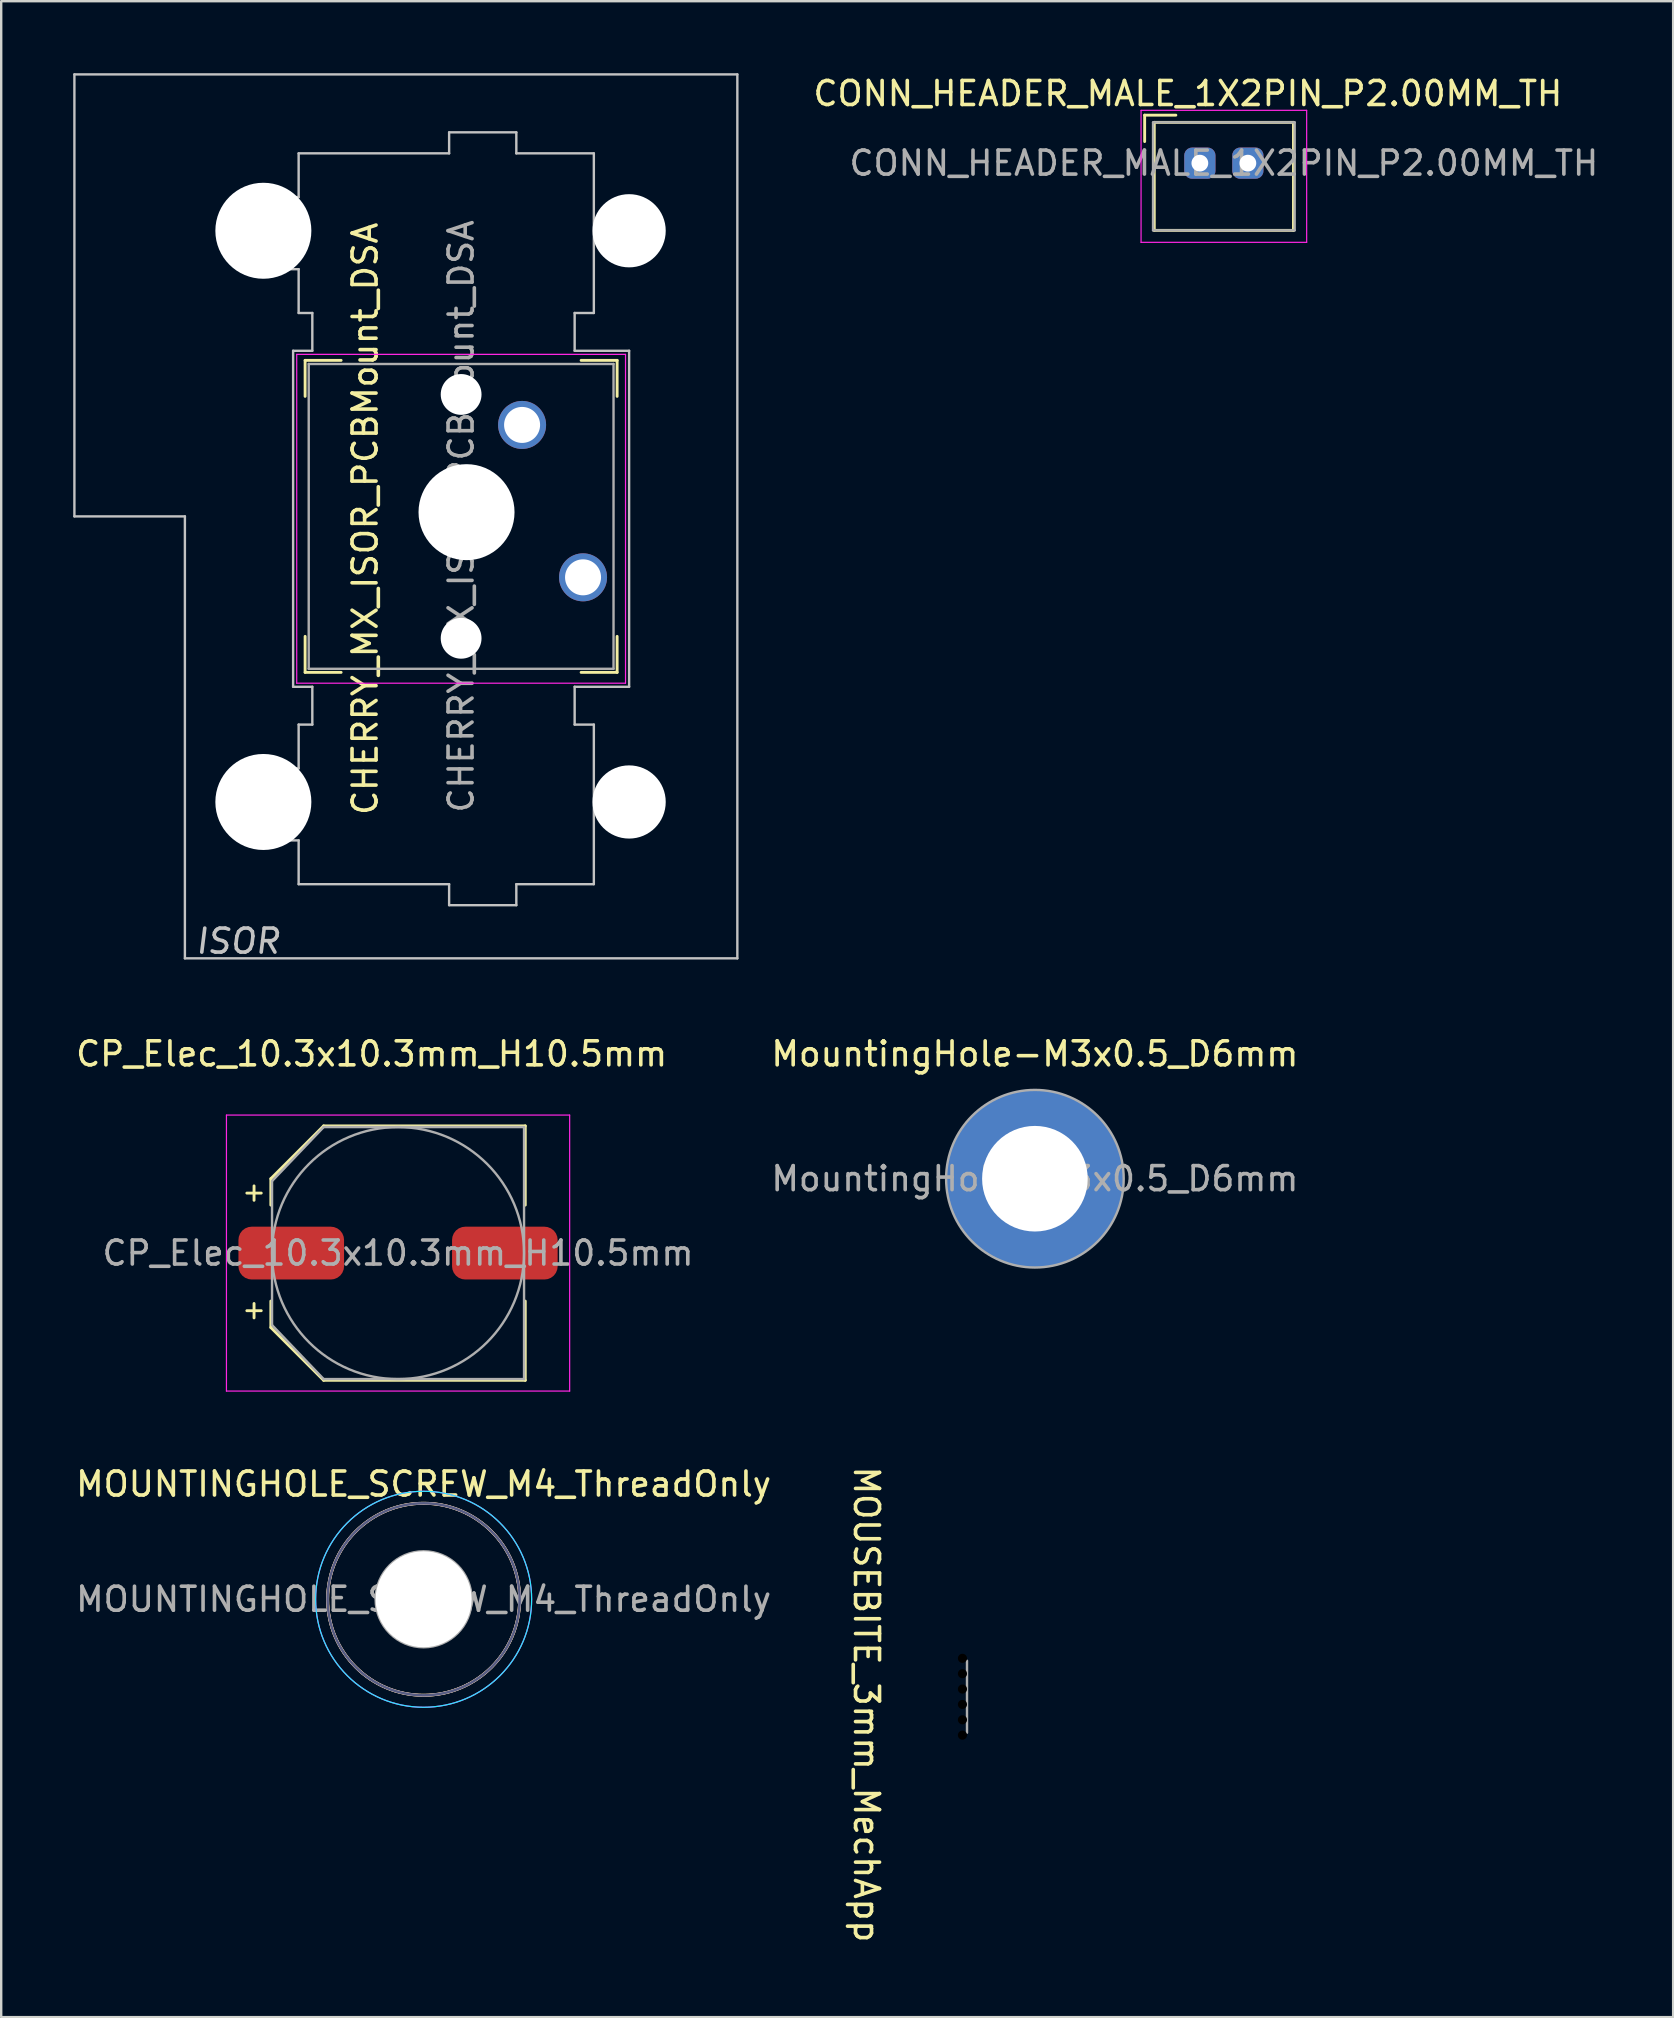
<source format=kicad_pcb>
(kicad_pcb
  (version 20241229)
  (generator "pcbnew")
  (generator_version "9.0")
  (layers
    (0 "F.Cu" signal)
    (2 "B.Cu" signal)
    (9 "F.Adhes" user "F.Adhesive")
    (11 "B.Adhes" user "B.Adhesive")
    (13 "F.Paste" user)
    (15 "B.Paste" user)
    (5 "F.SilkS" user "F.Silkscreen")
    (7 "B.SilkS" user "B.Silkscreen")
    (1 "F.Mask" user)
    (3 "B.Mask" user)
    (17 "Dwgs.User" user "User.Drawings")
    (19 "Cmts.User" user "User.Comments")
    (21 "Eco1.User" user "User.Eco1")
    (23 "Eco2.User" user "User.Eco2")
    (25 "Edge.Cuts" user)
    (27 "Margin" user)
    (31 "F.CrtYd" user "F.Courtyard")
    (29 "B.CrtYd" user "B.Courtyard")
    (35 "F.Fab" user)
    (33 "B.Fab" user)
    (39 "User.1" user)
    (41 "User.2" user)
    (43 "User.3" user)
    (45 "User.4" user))
  (footprint "MOUSEBITE_3mm_MechApp"
    (layer "F.Cu")
    (at 37.051 66.046)
    (property "Reference" "MOUSEBITE_3mm_MechApp" (at -4 1.92 270) (unlocked yes) (layer "F.SilkS") (effects (font (size 1 1) (thickness 0.15))))
    (attr board_only exclude_from_pos_files exclude_from_bom)
    (fp_line (start 0.19 0.1) (end 0.19 3.1) (stroke (width 0.1) (type solid)) (layer "F.Fab"))
    (pad "" np_thru_hole circle (at 0 0) (size 0.38 0.38) (drill 0.38) (layers "*.Mask"))
    (pad "" np_thru_hole circle (at 0 0.64) (size 0.38 0.38) (drill 0.38) (layers "*.Mask"))
    (pad "" np_thru_hole circle (at 0 1.28) (size 0.38 0.38) (drill 0.38) (layers "*.Mask"))
    (pad "" np_thru_hole circle (at 0 1.92) (size 0.38 0.38) (drill 0.38) (layers "*.Mask"))
    (pad "" np_thru_hole circle (at 0 2.56) (size 0.38 0.38) (drill 0.38) (layers "*.Mask"))
    (pad "" np_thru_hole circle (at 0 3.2) (size 0.38 0.38) (drill 0.38) (layers "*.Mask")))
  (footprint "CHERRY_MX_ISOR_PCBMount_DSA"
    (layer "F.Cu")
    (at 16.163 18.465)
    (property "Reference" "CHERRY_MX_ISOR_PCBMount_DSA" (at -4 0.1 90) (layer "F.SilkS") (effects (font (size 1 1) (thickness 0.15))))
    (attr through_hole)
    (fp_line (start -6.5 -6.5) (end -5 -6.5) (stroke (width 0.12) (type solid)) (layer "F.SilkS"))
    (fp_line (start -6.5 -5) (end -6.5 -6.5) (stroke (width 0.12) (type solid)) (layer "F.SilkS"))
    (fp_line (start -6.5 6.5) (end -6.5 5) (stroke (width 0.12) (type solid)) (layer "F.SilkS"))
    (fp_line (start -5 6.5) (end -6.5 6.5) (stroke (width 0.12) (type solid)) (layer "F.SilkS"))
    (fp_line (start 6.5 -6.5) (end 5 -6.5) (stroke (width 0.12) (type solid)) (layer "F.SilkS"))
    (fp_line (start 6.5 -5) (end 6.5 -6.5) (stroke (width 0.12) (type solid)) (layer "F.SilkS"))
    (fp_line (start 6.5 6.5) (end 5 6.5) (stroke (width 0.12) (type solid)) (layer "F.SilkS"))
    (fp_line (start 6.5 6.5) (end 6.5 5) (stroke (width 0.12) (type solid)) (layer "F.SilkS"))
    (fp_line (start -16.113 -18.415) (end -16.113 0) (stroke (width 0.1) (type solid)) (layer "Dwgs.User"))
    (fp_line (start -16.113 0) (end -11.509 0) (stroke (width 0.1) (type solid)) (layer "Dwgs.User"))
    (fp_line (start -11.509 0) (end -11.509 18.415) (stroke (width 0.1) (type solid)) (layer "Dwgs.User"))
    (fp_line (start -11.509 18.415) (end 11.509 18.415) (stroke (width 0.1) (type solid)) (layer "Dwgs.User"))
    (fp_line (start -7.97 -13.3) (end -7.97 -10.3) (stroke (width 0.1) (type solid)) (layer "Dwgs.User"))
    (fp_line (start -7.97 -13.3) (end -6.77 -13.3) (stroke (width 0.1) (type solid)) (layer "Dwgs.User"))
    (fp_line (start -7.97 -10.3) (end -6.77 -10.3) (stroke (width 0.1) (type solid)) (layer "Dwgs.User"))
    (fp_line (start -7.97 10.5) (end -6.77 10.5) (stroke (width 0.1) (type solid)) (layer "Dwgs.User"))
    (fp_line (start -7.97 13.5) (end -7.97 10.5) (stroke (width 0.1) (type solid)) (layer "Dwgs.User"))
    (fp_line (start -7.97 13.5) (end -6.77 13.5) (stroke (width 0.1) (type solid)) (layer "Dwgs.User"))
    (fp_line (start -7 -6.9) (end -7 7.1) (stroke (width 0.1) (type solid)) (layer "Dwgs.User"))
    (fp_line (start -7 -6.9) (end -6.2 -6.9) (stroke (width 0.1) (type solid)) (layer "Dwgs.User"))
    (fp_line (start -7 7.1) (end -6.2 7.1) (stroke (width 0.1) (type solid)) (layer "Dwgs.User"))
    (fp_line (start -6.77 -15.125) (end -6.77 -13.3) (stroke (width 0.1) (type solid)) (layer "Dwgs.User"))
    (fp_line (start -6.77 -10.3) (end -6.77 -8.475) (stroke (width 0.1) (type solid)) (layer "Dwgs.User"))
    (fp_line (start -6.77 10.5) (end -6.77 8.675) (stroke (width 0.1) (type solid)) (layer "Dwgs.User"))
    (fp_line (start -6.77 15.325) (end -6.77 13.5) (stroke (width 0.1) (type solid)) (layer "Dwgs.User"))
    (fp_line (start -6.2 -8.475) (end -6.77 -8.475) (stroke (width 0.1) (type solid)) (layer "Dwgs.User"))
    (fp_line (start -6.2 -6.9) (end -6.2 -8.475) (stroke (width 0.1) (type solid)) (layer "Dwgs.User"))
    (fp_line (start -6.2 7.1) (end -6.2 8.675) (stroke (width 0.1) (type solid)) (layer "Dwgs.User"))
    (fp_line (start -6.2 8.675) (end -6.77 8.675) (stroke (width 0.1) (type solid)) (layer "Dwgs.User"))
    (fp_line (start -0.5 -16) (end -0.5 -15.125) (stroke (width 0.1) (type solid)) (layer "Dwgs.User"))
    (fp_line (start -0.5 -15.125) (end -6.77 -15.125) (stroke (width 0.1) (type solid)) (layer "Dwgs.User"))
    (fp_line (start -0.5 15.325) (end -6.77 15.325) (stroke (width 0.1) (type solid)) (layer "Dwgs.User"))
    (fp_line (start -0.5 16.2) (end -0.5 15.325) (stroke (width 0.1) (type solid)) (layer "Dwgs.User"))
    (fp_line (start -0.5 16.2) (end 2.3 16.2) (stroke (width 0.1) (type solid)) (layer "Dwgs.User"))
    (fp_line (start 2.3 -16) (end -0.5 -16) (stroke (width 0.1) (type solid)) (layer "Dwgs.User"))
    (fp_line (start 2.3 -16) (end 2.3 -15.125) (stroke (width 0.1) (type solid)) (layer "Dwgs.User"))
    (fp_line (start 2.3 -15.125) (end 5.53 -15.125) (stroke (width 0.1) (type solid)) (layer "Dwgs.User"))
    (fp_line (start 2.3 15.325) (end 5.53 15.325) (stroke (width 0.1) (type solid)) (layer "Dwgs.User"))
    (fp_line (start 2.3 16.2) (end 2.3 15.325) (stroke (width 0.1) (type solid)) (layer "Dwgs.User"))
    (fp_line (start 4.73 -8.475) (end 4.73 -6.9) (stroke (width 0.1) (type solid)) (layer "Dwgs.User"))
    (fp_line (start 4.73 8.675) (end 4.73 7.1) (stroke (width 0.1) (type solid)) (layer "Dwgs.User"))
    (fp_line (start 5.53 -15.125) (end 5.53 -8.475) (stroke (width 0.1) (type solid)) (layer "Dwgs.User"))
    (fp_line (start 5.53 -8.475) (end 4.73 -8.475) (stroke (width 0.1) (type solid)) (layer "Dwgs.User"))
    (fp_line (start 5.53 8.675) (end 4.73 8.675) (stroke (width 0.1) (type solid)) (layer "Dwgs.User"))
    (fp_line (start 5.53 15.325) (end 5.53 8.675) (stroke (width 0.1) (type solid)) (layer "Dwgs.User"))
    (fp_line (start 7 -6.9) (end 4.73 -6.9) (stroke (width 0.1) (type solid)) (layer "Dwgs.User"))
    (fp_line (start 7 -6.9) (end 7 7.1) (stroke (width 0.1) (type solid)) (layer "Dwgs.User"))
    (fp_line (start 7 7.1) (end 4.73 7.1) (stroke (width 0.1) (type solid)) (layer "Dwgs.User"))
    (fp_line (start 11.509 -18.415) (end -16.113 -18.415) (stroke (width 0.1) (type solid)) (layer "Dwgs.User"))
    (fp_line (start 11.509 -18.415) (end 11.509 18.415) (stroke (width 0.1) (type solid)) (layer "Dwgs.User"))
    (fp_line (start -6.85 -6.75) (end -6.85 6.95) (stroke (width 0.05) (type solid)) (layer "F.CrtYd"))
    (fp_line (start -6.85 6.95) (end 6.85 6.95) (stroke (width 0.05) (type solid)) (layer "F.CrtYd"))
    (fp_line (start 6.85 -6.75) (end -6.85 -6.75) (stroke (width 0.05) (type solid)) (layer "F.CrtYd"))
    (fp_line (start 6.85 -6.75) (end 6.85 6.95) (stroke (width 0.05) (type solid)) (layer "F.CrtYd"))
    (fp_line (start -6.35 -6.35) (end -6.35 6.35) (stroke (width 0.1) (type solid)) (layer "F.Fab"))
    (fp_line (start 6.35 -6.35) (end -6.35 -6.35) (stroke (width 0.1) (type solid)) (layer "F.Fab"))
    (fp_line (start 6.35 -6.35) (end 6.35 6.35) (stroke (width 0.1) (type solid)) (layer "F.Fab"))
    (fp_line (start 6.35 6.35) (end -6.35 6.35) (stroke (width 0.1) (type solid)) (layer "F.Fab"))
    (fp_text user "ISOR" (at -9.3 17.7 0) (layer "Dwgs.User") (effects (font (size 1 1) (thickness 0.15) (italic yes))))
    (fp_text user "${REFERENCE}" (at 0 0 90) (layer "F.Fab") (effects (font (size 1 1) (thickness 0.15))))
    (pad "" np_thru_hole circle (at -8.24 -11.9 270) (size 4 4) (drill 4) (layers "*.Cu" "*.Mask"))
    (pad "" np_thru_hole circle (at -8.24 11.9 270) (size 4 4) (drill 4) (layers "*.Cu" "*.Mask"))
    (pad "" np_thru_hole circle (at 0 -5.08 270) (size 1.7 1.7) (drill 1.7) (layers "*.Cu" "*.Mask"))
    (pad "" np_thru_hole circle (at 0 5.08 270) (size 1.7 1.7) (drill 1.7) (layers "*.Cu" "*.Mask"))
    (pad "" np_thru_hole circle (at 0.225 -0.175 270) (size 4 4) (drill 4) (layers "*.Cu" "*.Mask"))
    (pad "" np_thru_hole circle (at 7 -11.9 270) (size 3.05 3.05) (drill 3.05) (layers "*.Cu" "*.Mask"))
    (pad "" np_thru_hole circle (at 7 11.9 270) (size 3.05 3.05) (drill 3.05) (layers "*.Cu" "*.Mask"))
    (pad "1" thru_hole circle (at 2.54 -3.81 270) (size 2 2) (drill 1.5) (layers "*.Cu" "*.Mask"))
    (pad "2" thru_hole circle (at 5.08 2.54 270) (size 2 2) (drill 1.5) (layers "*.Cu" "*.Mask")))
  (footprint "CP_Elec_10.3x10.3mm_H10.5mm"
    (layer "F.Cu")
    (at 13.535 49.161)
    (property "Reference" "CP_Elec_10.3x10.3mm_H10.5mm" (at -1.1 -8.3 0) (layer "F.SilkS") (effects (font (size 1 1) (thickness 0.15))))
    (attr through_hole)
    (fp_line (start -6.3 -2.5) (end -5.7 -2.5) (stroke (width 0.12) (type solid)) (layer "F.SilkS"))
    (fp_line (start -6.3 2.4) (end -5.7 2.4) (stroke (width 0.12) (type solid)) (layer "F.SilkS"))
    (fp_line (start -6 -2.8) (end -6 -2.2) (stroke (width 0.12) (type solid)) (layer "F.SilkS"))
    (fp_line (start -6 2.1) (end -6 2.7) (stroke (width 0.12) (type solid)) (layer "F.SilkS"))
    (fp_line (start -5.3 -3.1) (end -5.3 -2) (stroke (width 0.12) (type solid)) (layer "F.SilkS"))
    (fp_line (start -5.3 2) (end -5.3 3.1) (stroke (width 0.12) (type solid)) (layer "F.SilkS"))
    (fp_line (start -5.3 3.1) (end -3.1 5.3) (stroke (width 0.12) (type solid)) (layer "F.SilkS"))
    (fp_line (start -3.1 -5.3) (end -5.3 -3.1) (stroke (width 0.12) (type solid)) (layer "F.SilkS"))
    (fp_line (start -3.1 5.3) (end 5.3 5.3) (stroke (width 0.12) (type solid)) (layer "F.SilkS"))
    (fp_line (start 5.3 -5.3) (end -3.1 -5.3) (stroke (width 0.12) (type solid)) (layer "F.SilkS"))
    (fp_line (start 5.3 -5.3) (end 5.3 -2) (stroke (width 0.12) (type solid)) (layer "F.SilkS"))
    (fp_line (start 5.3 5.3) (end 5.3 2) (stroke (width 0.12) (type solid)) (layer "F.SilkS"))
    (fp_line (start -7.15 -5.75) (end 7.15 -5.75) (stroke (width 0.05) (type solid)) (layer "F.CrtYd"))
    (fp_line (start -7.15 5.75) (end -7.15 -5.75) (stroke (width 0.05) (type solid)) (layer "F.CrtYd"))
    (fp_line (start -7.15 5.75) (end 7.15 5.75) (stroke (width 0.05) (type solid)) (layer "F.CrtYd"))
    (fp_line (start 7.15 5.75) (end 7.15 -5.75) (stroke (width 0.05) (type solid)) (layer "F.CrtYd"))
    (fp_line (start -5.25 -3) (end -5.25 3) (stroke (width 0.1) (type solid)) (layer "F.Fab"))
    (fp_line (start -5.25 -3) (end -3.1 -5.25) (stroke (width 0.1) (type solid)) (layer "F.Fab"))
    (fp_line (start -5.25 3) (end -3.1 5.25) (stroke (width 0.1) (type solid)) (layer "F.Fab"))
    (fp_line (start 5.25 -5.25) (end -3.1 -5.25) (stroke (width 0.1) (type solid)) (layer "F.Fab"))
    (fp_line (start 5.25 5.25) (end -3.1 5.25) (stroke (width 0.1) (type solid)) (layer "F.Fab"))
    (fp_line (start 5.25 5.25) (end 5.25 -5.25) (stroke (width 0.1) (type solid)) (layer "F.Fab"))
    (fp_circle (center 0 0) (end 5.25 0) (stroke (width 0.1) (type solid)) (fill no) (layer "F.Fab"))
    (fp_text user "${REFERENCE}" (at 0 0 0) (layer "F.Fab") (effects (font (size 1 1) (thickness 0.15))))
    (pad "1" smd roundrect (at -4.45 0) (size 4.4 2.2) (layers "F.Cu" "F.Mask" "F.Paste") (roundrect_rratio 0.25))
    (pad "2" smd roundrect (at 4.45 0) (size 4.4 2.2) (layers "F.Cu" "F.Mask" "F.Paste") (roundrect_rratio 0.25)))
  (footprint "MountingHole-M3x0.5_D6mm"
    (layer "F.Cu")
    (at 40.07 46.062)
    (property "Reference" "MountingHole-M3x0.5_D6mm" (at 0 -5.2 0) (layer "F.SilkS") (effects (font (size 1 1) (thickness 0.15))))
    (attr exclude_from_pos_files exclude_from_bom)
    (fp_circle (center 0 0) (end 3.7 0) (stroke (width 0.1) (type solid)) (fill no) (layer "F.Fab"))
    (fp_text user "${REFERENCE}" (at 0 0 0) (layer "F.Fab") (effects (font (size 1 1) (thickness 0.15))))
    (pad "" np_thru_hole circle (at 0 0) (size 7.4 7.4) (drill 4.4) (layers "*.Cu" "*.Mask")))
  (footprint "CONN_HEADER_MALE_1X2PIN_P2.00MM_TH"
    (layer "F.Cu")
    (at 46.943 3.748)
    (property "Reference" "CONN_HEADER_MALE_1X2PIN_P2.00MM_TH" (at -0.5 -2.9 0) (layer "F.SilkS") (effects (font (size 1 1) (thickness 0.15))))
    (attr through_hole)
    (fp_line (start -2.3 -2) (end -2.3 -0.9) (stroke (width 0.12) (type solid)) (layer "F.SilkS"))
    (fp_line (start -1.9 -1.7) (end 3.9 -1.7) (stroke (width 0.12) (type solid)) (layer "F.SilkS"))
    (fp_line (start -1.9 2.8) (end -1.9 -1.7) (stroke (width 0.12) (type solid)) (layer "F.SilkS"))
    (fp_line (start -1 -2) (end -2.3 -2) (stroke (width 0.12) (type solid)) (layer "F.SilkS"))
    (fp_line (start 3.9 -1.7) (end 3.9 2.8) (stroke (width 0.12) (type solid)) (layer "F.SilkS"))
    (fp_line (start 3.9 2.8) (end -1.9 2.8) (stroke (width 0.12) (type solid)) (layer "F.SilkS"))
    (fp_line (start -2.45 -2.2) (end 4.45 -2.2) (stroke (width 0.05) (type solid)) (layer "F.CrtYd"))
    (fp_line (start -2.45 3.3) (end -2.45 -2.2) (stroke (width 0.05) (type solid)) (layer "F.CrtYd"))
    (fp_line (start -2.45 3.3) (end 4.45 3.3) (stroke (width 0.05) (type solid)) (layer "F.CrtYd"))
    (fp_line (start 4.45 3.3) (end 4.45 -2.2) (stroke (width 0.05) (type solid)) (layer "F.CrtYd"))
    (fp_line (start -1.95 -1.7) (end -1.95 2.8) (stroke (width 0.1) (type solid)) (layer "F.Fab"))
    (fp_line (start -1.95 -1.7) (end 3.95 -1.7) (stroke (width 0.1) (type solid)) (layer "F.Fab"))
    (fp_line (start -1.95 2.8) (end 3.95 2.8) (stroke (width 0.1) (type solid)) (layer "F.Fab"))
    (fp_line (start 3.95 -1.7) (end 3.95 2.8) (stroke (width 0.1) (type solid)) (layer "F.Fab"))
    (fp_text user "${REFERENCE}" (at 1 0 0) (layer "F.Fab") (effects (font (size 1 1) (thickness 0.15))))
    (pad "1" thru_hole roundrect (at 0 0) (size 1.3 1.3) (drill 0.7) (layers "*.Cu" "*.Mask") (roundrect_rratio 0.25))
    (pad "2" thru_hole roundrect (at 2 0) (size 1.3 1.3) (drill 0.7) (layers "*.Cu" "*.Mask") (roundrect_rratio 0.25)))
  (footprint "MOUNTINGHOLE_SCREW_M4_ThreadOnly"
    (layer "F.Cu")
    (at 14.601 63.585)
    (property "Reference" "MOUNTINGHOLE_SCREW_M4_ThreadOnly" (at 0 -4.8 0) (layer "F.SilkS") (effects (font (size 1 1) (thickness 0.15))))
    (attr exclude_from_pos_files exclude_from_bom)
    (fp_circle (center 0 0) (end 0 4) (stroke (width 0.12) (type solid)) (fill no) (layer "F.SilkS"))
    (fp_circle (center 0 0) (end 0 4) (stroke (width 0.12) (type solid)) (fill no) (layer "B.SilkS"))
    (fp_circle (center 0 0) (end 0 4.5) (stroke (width 0.05) (type solid)) (fill no) (layer "B.CrtYd"))
    (fp_circle (center 0 0) (end 0 4.5) (stroke (width 0.05) (type solid)) (fill no) (layer "F.CrtYd"))
    (fp_circle (center 0 0) (end 0 4) (stroke (width 0.1) (type solid)) (fill no) (layer "B.Fab"))
    (fp_circle (center 0 0) (end 0 2) (stroke (width 0.1) (type solid)) (fill no) (layer "F.Fab"))
    (fp_circle (center 0 0) (end 0 4) (stroke (width 0.1) (type solid)) (fill no) (layer "F.Fab"))
    (fp_text user "${REFERENCE}" (at 0 0 0) (layer "F.Fab") (effects (font (size 1 1) (thickness 0.15))))
    (pad "" np_thru_hole circle (at 0 0) (size 4 4) (drill 4) (layers "*.Cu" "*.Mask")))
  (gr_rect
    (start -3 -3)
    (end 66.663 80.996)
    (stroke (width 0.1) (type default))
    (fill no)
    (layer "Edge.Cuts")))
</source>
